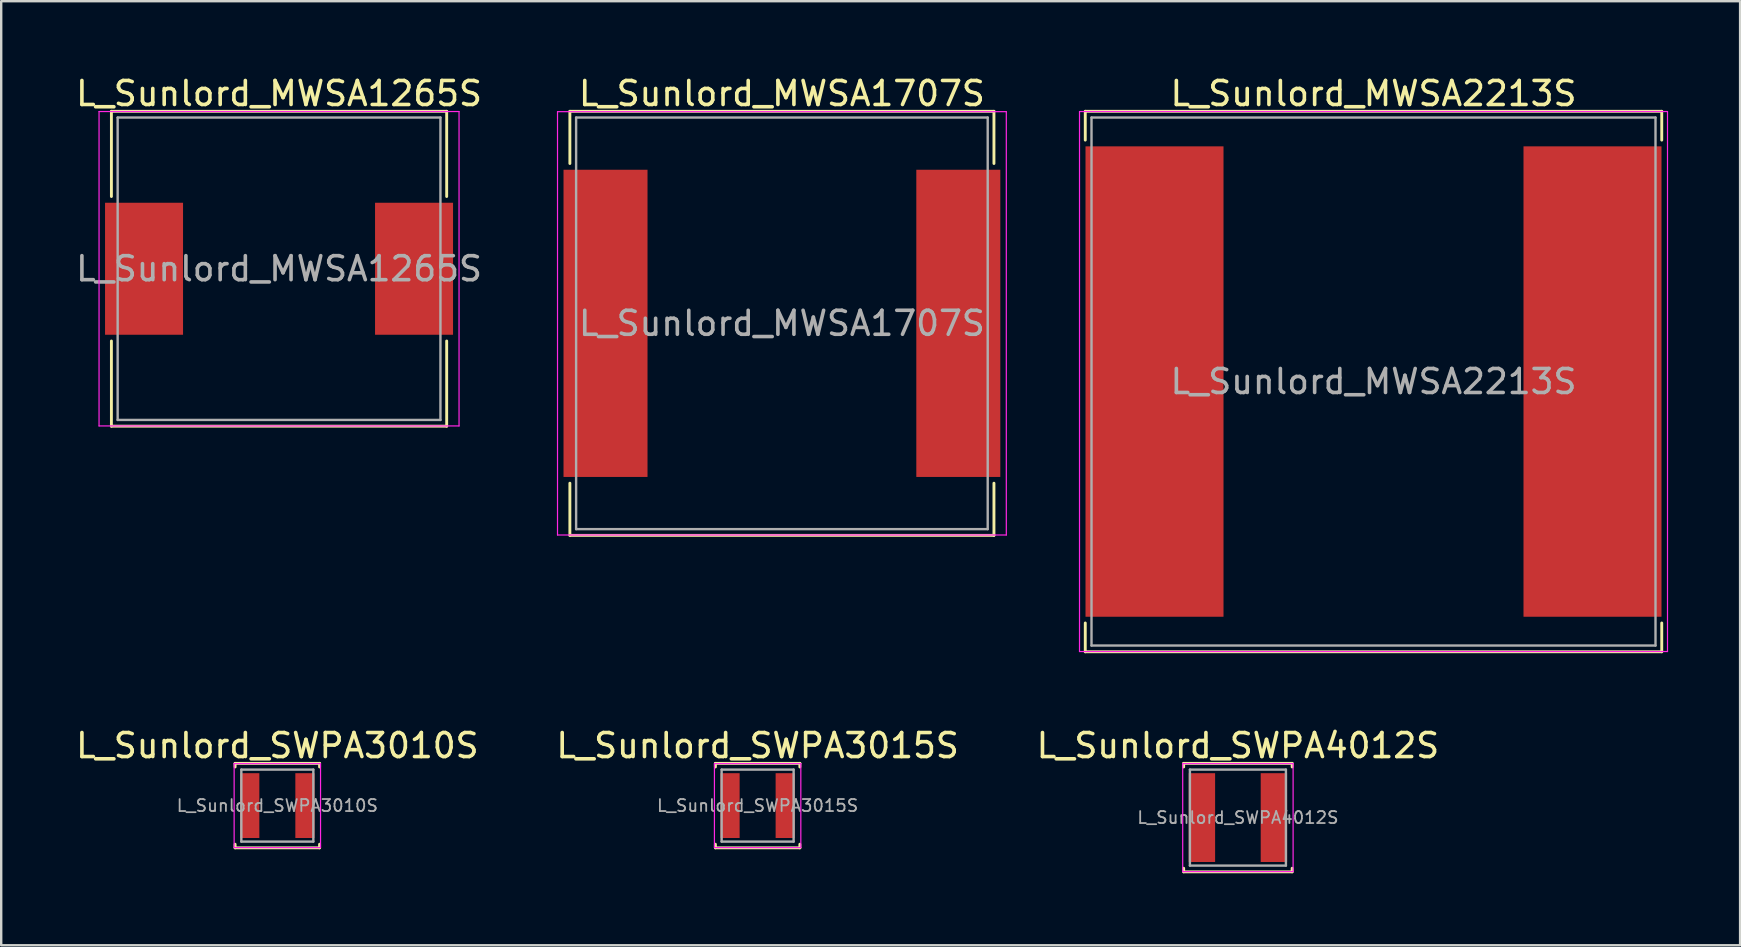
<source format=kicad_pcb>
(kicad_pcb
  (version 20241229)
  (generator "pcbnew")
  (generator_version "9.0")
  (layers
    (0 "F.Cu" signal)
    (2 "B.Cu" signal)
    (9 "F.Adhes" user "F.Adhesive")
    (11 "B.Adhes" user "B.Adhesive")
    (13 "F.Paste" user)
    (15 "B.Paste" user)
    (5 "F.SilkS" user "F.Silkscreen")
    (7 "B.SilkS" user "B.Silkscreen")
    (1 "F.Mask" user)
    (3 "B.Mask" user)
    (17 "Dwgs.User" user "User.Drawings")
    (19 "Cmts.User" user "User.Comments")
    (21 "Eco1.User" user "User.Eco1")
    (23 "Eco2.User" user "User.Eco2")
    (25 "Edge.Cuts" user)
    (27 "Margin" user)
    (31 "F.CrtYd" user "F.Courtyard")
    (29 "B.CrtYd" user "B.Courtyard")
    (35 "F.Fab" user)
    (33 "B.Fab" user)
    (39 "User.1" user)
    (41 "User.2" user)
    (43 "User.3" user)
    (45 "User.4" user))
  (footprint "L_Sunlord_MWSA1707S"
    (layer "F.Cu")
    (at 29.53 10.423)
    (property "Reference" "L_Sunlord_MWSA1707S" (at 0 -9.575 0) (layer "F.SilkS") (effects (font (size 1 1) (thickness 0.15))))
    (attr smd)
    (fp_line (start -8.835 -8.835) (end -8.835 -6.66) (stroke (width 0.12) (type solid)) (layer "F.SilkS"))
    (fp_line (start -8.835 -8.835) (end 8.835 -8.835) (stroke (width 0.12) (type solid)) (layer "F.SilkS"))
    (fp_line (start -8.835 8.835) (end -8.835 6.66) (stroke (width 0.12) (type solid)) (layer "F.SilkS"))
    (fp_line (start -8.835 8.835) (end 8.835 8.835) (stroke (width 0.12) (type solid)) (layer "F.SilkS"))
    (fp_line (start 8.835 -8.835) (end 8.835 -6.66) (stroke (width 0.12) (type solid)) (layer "F.SilkS"))
    (fp_line (start 8.835 8.835) (end 8.835 6.66) (stroke (width 0.12) (type solid)) (layer "F.SilkS"))
    (fp_line (start -9.35 -8.82) (end -9.35 8.82) (stroke (width 0.05) (type solid)) (layer "F.CrtYd"))
    (fp_line (start -9.35 8.82) (end 9.35 8.82) (stroke (width 0.05) (type solid)) (layer "F.CrtYd"))
    (fp_line (start 9.35 -8.82) (end -9.35 -8.82) (stroke (width 0.05) (type solid)) (layer "F.CrtYd"))
    (fp_line (start 9.35 8.82) (end 9.35 -8.82) (stroke (width 0.05) (type solid)) (layer "F.CrtYd"))
    (fp_line (start -8.575 -8.575) (end -8.575 8.575) (stroke (width 0.1) (type solid)) (layer "F.Fab"))
    (fp_line (start -8.575 8.575) (end 8.575 8.575) (stroke (width 0.1) (type solid)) (layer "F.Fab"))
    (fp_line (start 8.575 -8.575) (end -8.575 -8.575) (stroke (width 0.1) (type solid)) (layer "F.Fab"))
    (fp_line (start 8.575 8.575) (end 8.575 -8.575) (stroke (width 0.1) (type solid)) (layer "F.Fab"))
    (fp_text user "${REFERENCE}" (at 0 0 0) (layer "F.Fab") (effects (font (size 1 1) (thickness 0.15))))
    (pad "1" smd rect (at -7.35 0) (size 3.5 12.8) (layers "F.Cu" "F.Mask" "F.Paste"))
    (pad "2" smd rect (at 7.35 0) (size 3.5 12.8) (layers "F.Cu" "F.Mask" "F.Paste")))
  (footprint "L_Sunlord_MWSA1265S"
    (layer "F.Cu")
    (at 8.577 8.148)
    (property "Reference" "L_Sunlord_MWSA1265S" (at 0 -7.3 0) (layer "F.SilkS") (effects (font (size 1 1) (thickness 0.15))))
    (attr smd)
    (fp_line (start -6.985 -6.56) (end -6.985 -3.01) (stroke (width 0.12) (type solid)) (layer "F.SilkS"))
    (fp_line (start -6.985 -6.56) (end 6.985 -6.56) (stroke (width 0.12) (type solid)) (layer "F.SilkS"))
    (fp_line (start -6.985 6.56) (end -6.985 3.01) (stroke (width 0.12) (type solid)) (layer "F.SilkS"))
    (fp_line (start -6.985 6.56) (end 6.985 6.56) (stroke (width 0.12) (type solid)) (layer "F.SilkS"))
    (fp_line (start 6.985 -6.56) (end 6.985 -3.01) (stroke (width 0.12) (type solid)) (layer "F.SilkS"))
    (fp_line (start 6.985 6.56) (end 6.985 3.01) (stroke (width 0.12) (type solid)) (layer "F.SilkS"))
    (fp_line (start -7.5 -6.55) (end -7.5 6.55) (stroke (width 0.05) (type solid)) (layer "F.CrtYd"))
    (fp_line (start -7.5 6.55) (end 7.5 6.55) (stroke (width 0.05) (type solid)) (layer "F.CrtYd"))
    (fp_line (start 7.5 -6.55) (end -7.5 -6.55) (stroke (width 0.05) (type solid)) (layer "F.CrtYd"))
    (fp_line (start 7.5 6.55) (end 7.5 -6.55) (stroke (width 0.05) (type solid)) (layer "F.CrtYd"))
    (fp_line (start -6.725 -6.3) (end -6.725 6.3) (stroke (width 0.1) (type solid)) (layer "F.Fab"))
    (fp_line (start -6.725 6.3) (end 6.725 6.3) (stroke (width 0.1) (type solid)) (layer "F.Fab"))
    (fp_line (start 6.725 -6.3) (end -6.725 -6.3) (stroke (width 0.1) (type solid)) (layer "F.Fab"))
    (fp_line (start 6.725 6.3) (end 6.725 -6.3) (stroke (width 0.1) (type solid)) (layer "F.Fab"))
    (fp_text user "${REFERENCE}" (at 0 0 0) (layer "F.Fab") (effects (font (size 1 1) (thickness 0.15))))
    (pad "1" smd rect (at -5.625 0) (size 3.25 5.5) (layers "F.Cu" "F.Mask" "F.Paste"))
    (pad "2" smd rect (at 5.625 0) (size 3.25 5.5) (layers "F.Cu" "F.Mask" "F.Paste")))
  (footprint "L_Sunlord_SWPA3010S"
    (layer "F.Cu")
    (at 8.506 30.517)
    (property "Reference" "L_Sunlord_SWPA3010S" (at 0 -2.5 0) (layer "F.SilkS") (effects (font (size 1 1) (thickness 0.15))))
    (attr smd)
    (fp_line (start -1.76 -1.76) (end -1.76 -1.61) (stroke (width 0.12) (type solid)) (layer "F.SilkS"))
    (fp_line (start -1.76 -1.76) (end 1.76 -1.76) (stroke (width 0.12) (type solid)) (layer "F.SilkS"))
    (fp_line (start -1.76 1.76) (end -1.76 1.61) (stroke (width 0.12) (type solid)) (layer "F.SilkS"))
    (fp_line (start -1.76 1.76) (end 1.76 1.76) (stroke (width 0.12) (type solid)) (layer "F.SilkS"))
    (fp_line (start 1.76 -1.76) (end 1.76 -1.61) (stroke (width 0.12) (type solid)) (layer "F.SilkS"))
    (fp_line (start 1.76 1.76) (end 1.76 1.61) (stroke (width 0.12) (type solid)) (layer "F.SilkS"))
    (fp_line (start -1.8 -1.75) (end -1.8 1.75) (stroke (width 0.05) (type solid)) (layer "F.CrtYd"))
    (fp_line (start -1.8 1.75) (end 1.8 1.75) (stroke (width 0.05) (type solid)) (layer "F.CrtYd"))
    (fp_line (start 1.8 -1.75) (end -1.8 -1.75) (stroke (width 0.05) (type solid)) (layer "F.CrtYd"))
    (fp_line (start 1.8 1.75) (end 1.8 -1.75) (stroke (width 0.05) (type solid)) (layer "F.CrtYd"))
    (fp_line (start -1.5 -1.5) (end -1.5 1.5) (stroke (width 0.1) (type solid)) (layer "F.Fab"))
    (fp_line (start -1.5 1.5) (end 1.5 1.5) (stroke (width 0.1) (type solid)) (layer "F.Fab"))
    (fp_line (start 1.5 -1.5) (end -1.5 -1.5) (stroke (width 0.1) (type solid)) (layer "F.Fab"))
    (fp_line (start 1.5 1.5) (end 1.5 -1.5) (stroke (width 0.1) (type solid)) (layer "F.Fab"))
    (fp_text user "${REFERENCE}" (at 0 0 0) (layer "F.Fab") (effects (font (size 0.5 0.5) (thickness 0.075))))
    (pad "1" smd rect (at -1.15 0) (size 0.8 2.7) (layers "F.Cu" "F.Mask" "F.Paste"))
    (pad "2" smd rect (at 1.15 0) (size 0.8 2.7) (layers "F.Cu" "F.Mask" "F.Paste")))
  (footprint "L_Sunlord_SWPA3015S"
    (layer "F.Cu")
    (at 28.518 30.517)
    (property "Reference" "L_Sunlord_SWPA3015S" (at 0 -2.5 0) (layer "F.SilkS") (effects (font (size 1 1) (thickness 0.15))))
    (attr smd)
    (fp_line (start -1.76 -1.76) (end -1.76 -1.61) (stroke (width 0.12) (type solid)) (layer "F.SilkS"))
    (fp_line (start -1.76 -1.76) (end 1.76 -1.76) (stroke (width 0.12) (type solid)) (layer "F.SilkS"))
    (fp_line (start -1.76 1.76) (end -1.76 1.61) (stroke (width 0.12) (type solid)) (layer "F.SilkS"))
    (fp_line (start -1.76 1.76) (end 1.76 1.76) (stroke (width 0.12) (type solid)) (layer "F.SilkS"))
    (fp_line (start 1.76 -1.76) (end 1.76 -1.61) (stroke (width 0.12) (type solid)) (layer "F.SilkS"))
    (fp_line (start 1.76 1.76) (end 1.76 1.61) (stroke (width 0.12) (type solid)) (layer "F.SilkS"))
    (fp_line (start -1.8 -1.75) (end -1.8 1.75) (stroke (width 0.05) (type solid)) (layer "F.CrtYd"))
    (fp_line (start -1.8 1.75) (end 1.8 1.75) (stroke (width 0.05) (type solid)) (layer "F.CrtYd"))
    (fp_line (start 1.8 -1.75) (end -1.8 -1.75) (stroke (width 0.05) (type solid)) (layer "F.CrtYd"))
    (fp_line (start 1.8 1.75) (end 1.8 -1.75) (stroke (width 0.05) (type solid)) (layer "F.CrtYd"))
    (fp_line (start -1.5 -1.5) (end -1.5 1.5) (stroke (width 0.1) (type solid)) (layer "F.Fab"))
    (fp_line (start -1.5 1.5) (end 1.5 1.5) (stroke (width 0.1) (type solid)) (layer "F.Fab"))
    (fp_line (start 1.5 -1.5) (end -1.5 -1.5) (stroke (width 0.1) (type solid)) (layer "F.Fab"))
    (fp_line (start 1.5 1.5) (end 1.5 -1.5) (stroke (width 0.1) (type solid)) (layer "F.Fab"))
    (fp_text user "${REFERENCE}" (at 0 0 0) (layer "F.Fab") (effects (font (size 0.5 0.5) (thickness 0.075))))
    (pad "1" smd rect (at -1.15 0) (size 0.8 2.7) (layers "F.Cu" "F.Mask" "F.Paste"))
    (pad "2" smd rect (at 1.15 0) (size 0.8 2.7) (layers "F.Cu" "F.Mask" "F.Paste")))
  (footprint "L_Sunlord_SWPA4012S"
    (layer "F.Cu")
    (at 48.53 31.017)
    (property "Reference" "L_Sunlord_SWPA4012S" (at 0 -3 0) (layer "F.SilkS") (effects (font (size 1 1) (thickness 0.15))))
    (attr smd)
    (fp_line (start -2.26 -2.26) (end -2.26 -2.11) (stroke (width 0.12) (type solid)) (layer "F.SilkS"))
    (fp_line (start -2.26 -2.26) (end 2.26 -2.26) (stroke (width 0.12) (type solid)) (layer "F.SilkS"))
    (fp_line (start -2.26 2.26) (end -2.26 2.11) (stroke (width 0.12) (type solid)) (layer "F.SilkS"))
    (fp_line (start -2.26 2.26) (end 2.26 2.26) (stroke (width 0.12) (type solid)) (layer "F.SilkS"))
    (fp_line (start 2.26 -2.26) (end 2.26 -2.11) (stroke (width 0.12) (type solid)) (layer "F.SilkS"))
    (fp_line (start 2.26 2.26) (end 2.26 2.11) (stroke (width 0.12) (type solid)) (layer "F.SilkS"))
    (fp_line (start -2.3 -2.25) (end -2.3 2.25) (stroke (width 0.05) (type solid)) (layer "F.CrtYd"))
    (fp_line (start -2.3 2.25) (end 2.3 2.25) (stroke (width 0.05) (type solid)) (layer "F.CrtYd"))
    (fp_line (start 2.3 -2.25) (end -2.3 -2.25) (stroke (width 0.05) (type solid)) (layer "F.CrtYd"))
    (fp_line (start 2.3 2.25) (end 2.3 -2.25) (stroke (width 0.05) (type solid)) (layer "F.CrtYd"))
    (fp_line (start -2 -2) (end -2 2) (stroke (width 0.1) (type solid)) (layer "F.Fab"))
    (fp_line (start -2 2) (end 2 2) (stroke (width 0.1) (type solid)) (layer "F.Fab"))
    (fp_line (start 2 -2) (end -2 -2) (stroke (width 0.1) (type solid)) (layer "F.Fab"))
    (fp_line (start 2 2) (end 2 -2) (stroke (width 0.1) (type solid)) (layer "F.Fab"))
    (fp_text user "${REFERENCE}" (at 0 0 0) (layer "F.Fab") (effects (font (size 0.5 0.5) (thickness 0.075))))
    (pad "1" smd rect (at -1.5 0) (size 1.1 3.7) (layers "F.Cu" "F.Mask" "F.Paste"))
    (pad "2" smd rect (at 1.5 0) (size 1.1 3.7) (layers "F.Cu" "F.Mask" "F.Paste")))
  (footprint "L_Sunlord_MWSA2213S"
    (layer "F.Cu")
    (at 54.18 12.848)
    (property "Reference" "L_Sunlord_MWSA2213S" (at 0 -12 0) (layer "F.SilkS") (effects (font (size 1 1) (thickness 0.15))))
    (attr smd)
    (fp_line (start -12.01 -11.26) (end -12.01 -10.06) (stroke (width 0.12) (type solid)) (layer "F.SilkS"))
    (fp_line (start -12.01 -11.26) (end 12.01 -11.26) (stroke (width 0.12) (type solid)) (layer "F.SilkS"))
    (fp_line (start -12.01 11.26) (end -12.01 10.06) (stroke (width 0.12) (type solid)) (layer "F.SilkS"))
    (fp_line (start -12.01 11.26) (end 12.01 11.26) (stroke (width 0.12) (type solid)) (layer "F.SilkS"))
    (fp_line (start 12.01 -11.26) (end 12.01 -10.06) (stroke (width 0.12) (type solid)) (layer "F.SilkS"))
    (fp_line (start 12.01 11.26) (end 12.01 10.06) (stroke (width 0.12) (type solid)) (layer "F.SilkS"))
    (fp_line (start -12.25 -11.25) (end -12.25 11.25) (stroke (width 0.05) (type solid)) (layer "F.CrtYd"))
    (fp_line (start -12.25 11.25) (end 12.25 11.25) (stroke (width 0.05) (type solid)) (layer "F.CrtYd"))
    (fp_line (start 12.25 -11.25) (end -12.25 -11.25) (stroke (width 0.05) (type solid)) (layer "F.CrtYd"))
    (fp_line (start 12.25 11.25) (end 12.25 -11.25) (stroke (width 0.05) (type solid)) (layer "F.CrtYd"))
    (fp_line (start -11.75 -11) (end -11.75 11) (stroke (width 0.1) (type solid)) (layer "F.Fab"))
    (fp_line (start -11.75 11) (end 11.75 11) (stroke (width 0.1) (type solid)) (layer "F.Fab"))
    (fp_line (start 11.75 -11) (end -11.75 -11) (stroke (width 0.1) (type solid)) (layer "F.Fab"))
    (fp_line (start 11.75 11) (end 11.75 -11) (stroke (width 0.1) (type solid)) (layer "F.Fab"))
    (fp_text user "${REFERENCE}" (at 0 0 0) (layer "F.Fab") (effects (font (size 1 1) (thickness 0.15))))
    (pad "1" smd rect (at -9.125 0) (size 5.75 19.6) (layers "F.Cu" "F.Mask" "F.Paste"))
    (pad "2" smd rect (at 9.125 0) (size 5.75 19.6) (layers "F.Cu" "F.Mask" "F.Paste")))
  (gr_rect
    (start -3 -3)
    (end 69.455 36.337)
    (stroke (width 0.1) (type default))
    (fill no)
    (layer "Edge.Cuts")))
</source>
